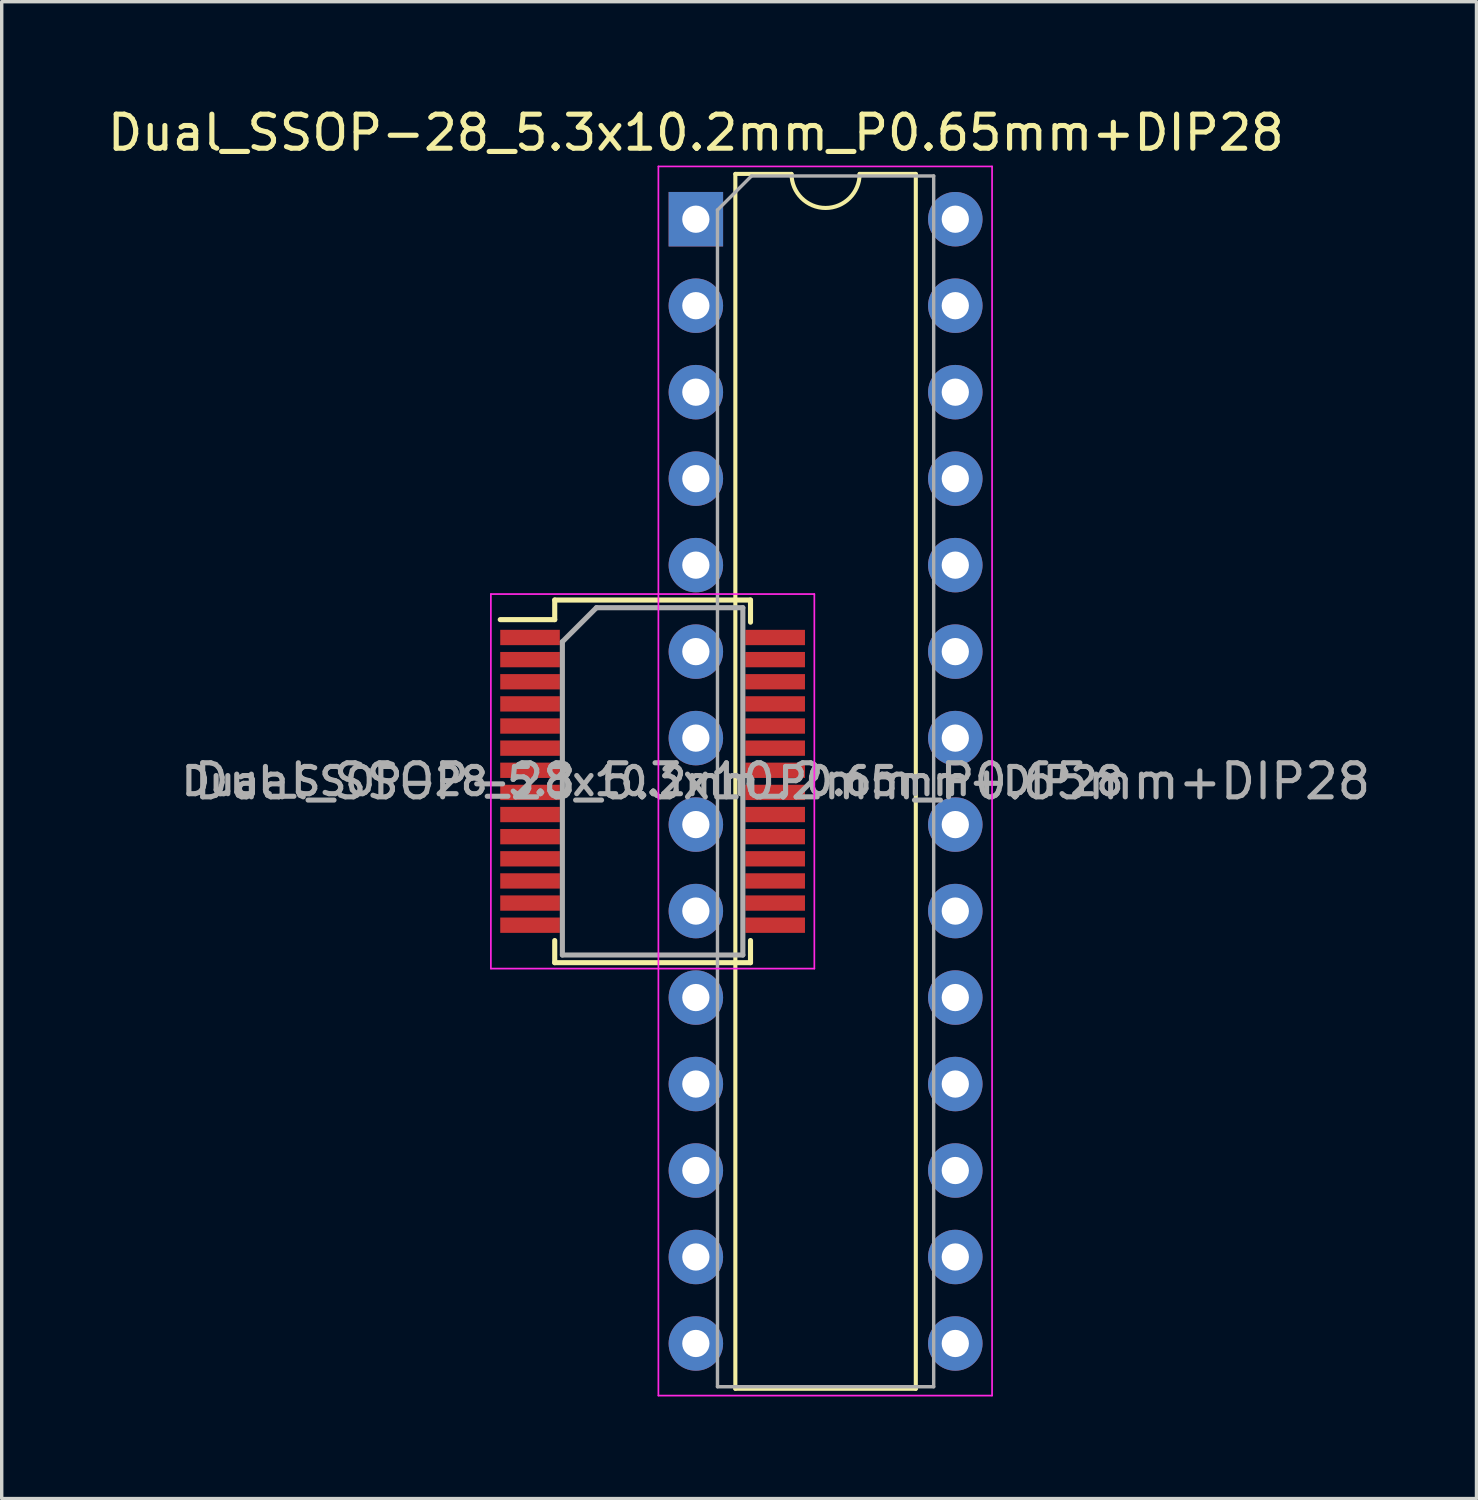
<source format=kicad_pcb>
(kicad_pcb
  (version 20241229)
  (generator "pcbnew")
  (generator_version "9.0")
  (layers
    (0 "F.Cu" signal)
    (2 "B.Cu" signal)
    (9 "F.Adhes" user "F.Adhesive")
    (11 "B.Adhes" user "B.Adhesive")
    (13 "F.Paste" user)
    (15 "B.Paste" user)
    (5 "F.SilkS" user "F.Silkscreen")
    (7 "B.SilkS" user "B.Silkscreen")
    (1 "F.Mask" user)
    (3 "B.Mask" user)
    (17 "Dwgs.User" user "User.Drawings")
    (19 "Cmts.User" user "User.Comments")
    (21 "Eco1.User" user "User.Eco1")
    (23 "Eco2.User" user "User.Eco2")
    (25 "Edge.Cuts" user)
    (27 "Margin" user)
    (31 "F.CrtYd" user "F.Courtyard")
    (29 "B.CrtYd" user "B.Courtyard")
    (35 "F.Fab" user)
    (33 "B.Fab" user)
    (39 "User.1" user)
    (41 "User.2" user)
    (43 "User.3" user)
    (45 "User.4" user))
  (footprint "Dual_SSOP-28_5.3x10.2mm_P0.65mm+DIP28"
    (layer "F.Cu")
    (at 16.117 19.898)
    (property "Reference" "Dual_SSOP-28_5.3x10.2mm_P0.65mm+DIP28" (at 1.27 -19.05 0) (layer "F.SilkS") (effects (font (size 1 1) (thickness 0.15))))
    (attr smd)
    (fp_line (start -2.875 -5.325) (end -2.875 -4.75) (stroke (width 0.15) (type solid)) (layer "F.SilkS"))
    (fp_line (start -2.875 -5.325) (end 2.875 -5.325) (stroke (width 0.15) (type solid)) (layer "F.SilkS"))
    (fp_line (start -2.875 -4.75) (end -4.475 -4.75) (stroke (width 0.15) (type solid)) (layer "F.SilkS"))
    (fp_line (start -2.875 5.325) (end -2.875 4.675) (stroke (width 0.15) (type solid)) (layer "F.SilkS"))
    (fp_line (start -2.875 5.325) (end 2.875 5.325) (stroke (width 0.15) (type solid)) (layer "F.SilkS"))
    (fp_line (start 2.43 -17.84) (end 2.43 17.84) (stroke (width 0.12) (type solid)) (layer "F.SilkS"))
    (fp_line (start 2.43 17.84) (end 7.73 17.84) (stroke (width 0.12) (type solid)) (layer "F.SilkS"))
    (fp_line (start 2.875 -5.325) (end 2.875 -4.675) (stroke (width 0.15) (type solid)) (layer "F.SilkS"))
    (fp_line (start 2.875 5.325) (end 2.875 4.675) (stroke (width 0.15) (type solid)) (layer "F.SilkS"))
    (fp_line (start 4.08 -17.84) (end 2.43 -17.84) (stroke (width 0.12) (type solid)) (layer "F.SilkS"))
    (fp_line (start 7.73 -17.84) (end 6.08 -17.84) (stroke (width 0.12) (type solid)) (layer "F.SilkS"))
    (fp_line (start 7.73 17.84) (end 7.73 -17.84) (stroke (width 0.12) (type solid)) (layer "F.SilkS"))
    (fp_arc (start 6.08 -17.84) (mid 5.08 -16.84) (end 4.08 -17.84) (stroke (width 0.12) (type solid)) (layer "F.SilkS"))
    (fp_line (start -4.75 -5.5) (end -4.75 5.5) (stroke (width 0.05) (type solid)) (layer "F.CrtYd"))
    (fp_line (start -4.75 -5.5) (end 4.75 -5.5) (stroke (width 0.05) (type solid)) (layer "F.CrtYd"))
    (fp_line (start -4.75 5.5) (end 4.75 5.5) (stroke (width 0.05) (type solid)) (layer "F.CrtYd"))
    (fp_line (start 0.17 -18.06) (end 0.17 18.04) (stroke (width 0.05) (type solid)) (layer "F.CrtYd"))
    (fp_line (start 0.17 18.04) (end 9.97 18.04) (stroke (width 0.05) (type solid)) (layer "F.CrtYd"))
    (fp_line (start 4.75 -5.5) (end 4.75 5.5) (stroke (width 0.05) (type solid)) (layer "F.CrtYd"))
    (fp_line (start 9.97 -18.06) (end 0.17 -18.06) (stroke (width 0.05) (type solid)) (layer "F.CrtYd"))
    (fp_line (start 9.97 18.04) (end 9.97 -18.06) (stroke (width 0.05) (type solid)) (layer "F.CrtYd"))
    (fp_line (start -2.65 -4.1) (end -1.65 -5.1) (stroke (width 0.15) (type solid)) (layer "F.Fab"))
    (fp_line (start -2.65 5.1) (end -2.65 -4.1) (stroke (width 0.15) (type solid)) (layer "F.Fab"))
    (fp_line (start -1.65 -5.1) (end 2.65 -5.1) (stroke (width 0.15) (type solid)) (layer "F.Fab"))
    (fp_line (start 1.905 -16.78) (end 2.905 -17.78) (stroke (width 0.1) (type solid)) (layer "F.Fab"))
    (fp_line (start 1.905 17.78) (end 1.905 -16.78) (stroke (width 0.1) (type solid)) (layer "F.Fab"))
    (fp_line (start 2.65 -5.1) (end 2.65 5.1) (stroke (width 0.15) (type solid)) (layer "F.Fab"))
    (fp_line (start 2.65 5.1) (end -2.65 5.1) (stroke (width 0.15) (type solid)) (layer "F.Fab"))
    (fp_line (start 2.905 -17.78) (end 8.255 -17.78) (stroke (width 0.1) (type solid)) (layer "F.Fab"))
    (fp_line (start 8.255 -17.78) (end 8.255 17.78) (stroke (width 0.1) (type solid)) (layer "F.Fab"))
    (fp_line (start 8.255 17.78) (end 1.905 17.78) (stroke (width 0.1) (type solid)) (layer "F.Fab"))
    (fp_text user "${REFERENCE}" (at 0 0 0) (layer "F.Fab") (effects (font (size 0.8 0.8) (thickness 0.15))))
    (fp_text user "${REFERENCE}" (at 3.81 0 0) (layer "F.Fab") (effects (font (size 1 1) (thickness 0.15))))
    (pad "1" smd rect (at -3.6 -4.225) (size 1.75 0.45) (layers "F.Cu" "F.Mask" "F.Paste"))
    (pad "1" thru_hole rect (at 1.27 -16.51) (size 1.6 1.6) (drill 0.8) (layers "*.Cu" "*.Mask"))
    (pad "2" smd rect (at -3.6 -3.575) (size 1.75 0.45) (layers "F.Cu" "F.Mask" "F.Paste"))
    (pad "2" thru_hole oval (at 1.27 -13.97) (size 1.6 1.6) (drill 0.8) (layers "*.Cu" "*.Mask"))
    (pad "3" smd rect (at -3.6 -2.925) (size 1.75 0.45) (layers "F.Cu" "F.Mask" "F.Paste"))
    (pad "3" thru_hole oval (at 1.27 -11.43) (size 1.6 1.6) (drill 0.8) (layers "*.Cu" "*.Mask"))
    (pad "4" smd rect (at -3.6 -2.275) (size 1.75 0.45) (layers "F.Cu" "F.Mask" "F.Paste"))
    (pad "4" thru_hole oval (at 1.27 -8.89) (size 1.6 1.6) (drill 0.8) (layers "*.Cu" "*.Mask"))
    (pad "5" smd rect (at -3.6 -1.625) (size 1.75 0.45) (layers "F.Cu" "F.Mask" "F.Paste"))
    (pad "5" thru_hole oval (at 1.27 -6.35) (size 1.6 1.6) (drill 0.8) (layers "*.Cu" "*.Mask"))
    (pad "6" smd rect (at -3.6 -0.975) (size 1.75 0.45) (layers "F.Cu" "F.Mask" "F.Paste"))
    (pad "6" thru_hole oval (at 1.27 -3.81) (size 1.6 1.6) (drill 0.8) (layers "*.Cu" "*.Mask"))
    (pad "7" smd rect (at -3.6 -0.325) (size 1.75 0.45) (layers "F.Cu" "F.Mask" "F.Paste"))
    (pad "7" thru_hole oval (at 1.27 -1.27) (size 1.6 1.6) (drill 0.8) (layers "*.Cu" "*.Mask"))
    (pad "8" smd rect (at -3.6 0.325) (size 1.75 0.45) (layers "F.Cu" "F.Mask" "F.Paste"))
    (pad "8" thru_hole oval (at 1.27 1.27) (size 1.6 1.6) (drill 0.8) (layers "*.Cu" "*.Mask"))
    (pad "9" smd rect (at -3.6 0.975) (size 1.75 0.45) (layers "F.Cu" "F.Mask" "F.Paste"))
    (pad "9" thru_hole oval (at 1.27 3.81) (size 1.6 1.6) (drill 0.8) (layers "*.Cu" "*.Mask"))
    (pad "10" smd rect (at -3.6 1.625) (size 1.75 0.45) (layers "F.Cu" "F.Mask" "F.Paste"))
    (pad "10" thru_hole oval (at 1.27 6.35) (size 1.6 1.6) (drill 0.8) (layers "*.Cu" "*.Mask"))
    (pad "11" smd rect (at -3.6 2.275) (size 1.75 0.45) (layers "F.Cu" "F.Mask" "F.Paste"))
    (pad "11" thru_hole oval (at 1.27 8.89) (size 1.6 1.6) (drill 0.8) (layers "*.Cu" "*.Mask"))
    (pad "12" smd rect (at -3.6 2.925) (size 1.75 0.45) (layers "F.Cu" "F.Mask" "F.Paste"))
    (pad "12" thru_hole oval (at 1.27 11.43) (size 1.6 1.6) (drill 0.8) (layers "*.Cu" "*.Mask"))
    (pad "13" smd rect (at -3.6 3.575) (size 1.75 0.45) (layers "F.Cu" "F.Mask" "F.Paste"))
    (pad "13" thru_hole oval (at 1.27 13.97) (size 1.6 1.6) (drill 0.8) (layers "*.Cu" "*.Mask"))
    (pad "14" smd rect (at -3.6 4.225) (size 1.75 0.45) (layers "F.Cu" "F.Mask" "F.Paste"))
    (pad "14" thru_hole oval (at 1.27 16.51) (size 1.6 1.6) (drill 0.8) (layers "*.Cu" "*.Mask"))
    (pad "15" smd rect (at 3.6 4.225) (size 1.75 0.45) (layers "F.Cu" "F.Mask" "F.Paste"))
    (pad "15" thru_hole oval (at 8.89 16.51) (size 1.6 1.6) (drill 0.8) (layers "*.Cu" "*.Mask"))
    (pad "16" smd rect (at 3.6 3.575) (size 1.75 0.45) (layers "F.Cu" "F.Mask" "F.Paste"))
    (pad "16" thru_hole oval (at 8.89 13.97) (size 1.6 1.6) (drill 0.8) (layers "*.Cu" "*.Mask"))
    (pad "17" smd rect (at 3.6 2.925) (size 1.75 0.45) (layers "F.Cu" "F.Mask" "F.Paste"))
    (pad "17" thru_hole oval (at 8.89 11.43) (size 1.6 1.6) (drill 0.8) (layers "*.Cu" "*.Mask"))
    (pad "18" smd rect (at 3.6 2.275) (size 1.75 0.45) (layers "F.Cu" "F.Mask" "F.Paste"))
    (pad "18" thru_hole oval (at 8.89 8.89) (size 1.6 1.6) (drill 0.8) (layers "*.Cu" "*.Mask"))
    (pad "19" smd rect (at 3.6 1.625) (size 1.75 0.45) (layers "F.Cu" "F.Mask" "F.Paste"))
    (pad "19" thru_hole oval (at 8.89 6.35) (size 1.6 1.6) (drill 0.8) (layers "*.Cu" "*.Mask"))
    (pad "20" smd rect (at 3.6 0.975) (size 1.75 0.45) (layers "F.Cu" "F.Mask" "F.Paste"))
    (pad "20" thru_hole oval (at 8.89 3.81) (size 1.6 1.6) (drill 0.8) (layers "*.Cu" "*.Mask"))
    (pad "21" smd rect (at 3.6 0.325) (size 1.75 0.45) (layers "F.Cu" "F.Mask" "F.Paste"))
    (pad "21" thru_hole oval (at 8.89 1.27) (size 1.6 1.6) (drill 0.8) (layers "*.Cu" "*.Mask"))
    (pad "22" smd rect (at 3.6 -0.325) (size 1.75 0.45) (layers "F.Cu" "F.Mask" "F.Paste"))
    (pad "22" thru_hole oval (at 8.89 -1.27) (size 1.6 1.6) (drill 0.8) (layers "*.Cu" "*.Mask"))
    (pad "23" smd rect (at 3.6 -0.975) (size 1.75 0.45) (layers "F.Cu" "F.Mask" "F.Paste"))
    (pad "23" thru_hole oval (at 8.89 -3.81) (size 1.6 1.6) (drill 0.8) (layers "*.Cu" "*.Mask"))
    (pad "24" smd rect (at 3.6 -1.625) (size 1.75 0.45) (layers "F.Cu" "F.Mask" "F.Paste"))
    (pad "24" thru_hole oval (at 8.89 -6.35) (size 1.6 1.6) (drill 0.8) (layers "*.Cu" "*.Mask"))
    (pad "25" smd rect (at 3.6 -2.275) (size 1.75 0.45) (layers "F.Cu" "F.Mask" "F.Paste"))
    (pad "25" thru_hole oval (at 8.89 -8.89) (size 1.6 1.6) (drill 0.8) (layers "*.Cu" "*.Mask"))
    (pad "26" smd rect (at 3.6 -2.925) (size 1.75 0.45) (layers "F.Cu" "F.Mask" "F.Paste"))
    (pad "26" thru_hole oval (at 8.89 -11.43) (size 1.6 1.6) (drill 0.8) (layers "*.Cu" "*.Mask"))
    (pad "27" smd rect (at 3.6 -3.575) (size 1.75 0.45) (layers "F.Cu" "F.Mask" "F.Paste"))
    (pad "27" thru_hole oval (at 8.89 -13.97) (size 1.6 1.6) (drill 0.8) (layers "*.Cu" "*.Mask"))
    (pad "28" smd rect (at 3.6 -4.225) (size 1.75 0.45) (layers "F.Cu" "F.Mask" "F.Paste"))
    (pad "28" thru_hole oval (at 8.89 -16.51) (size 1.6 1.6) (drill 0.8) (layers "*.Cu" "*.Mask")))
  (gr_rect
    (start -3 -3)
    (end 40.314 40.963)
    (stroke (width 0.1) (type default))
    (fill no)
    (layer "Edge.Cuts")))
</source>
